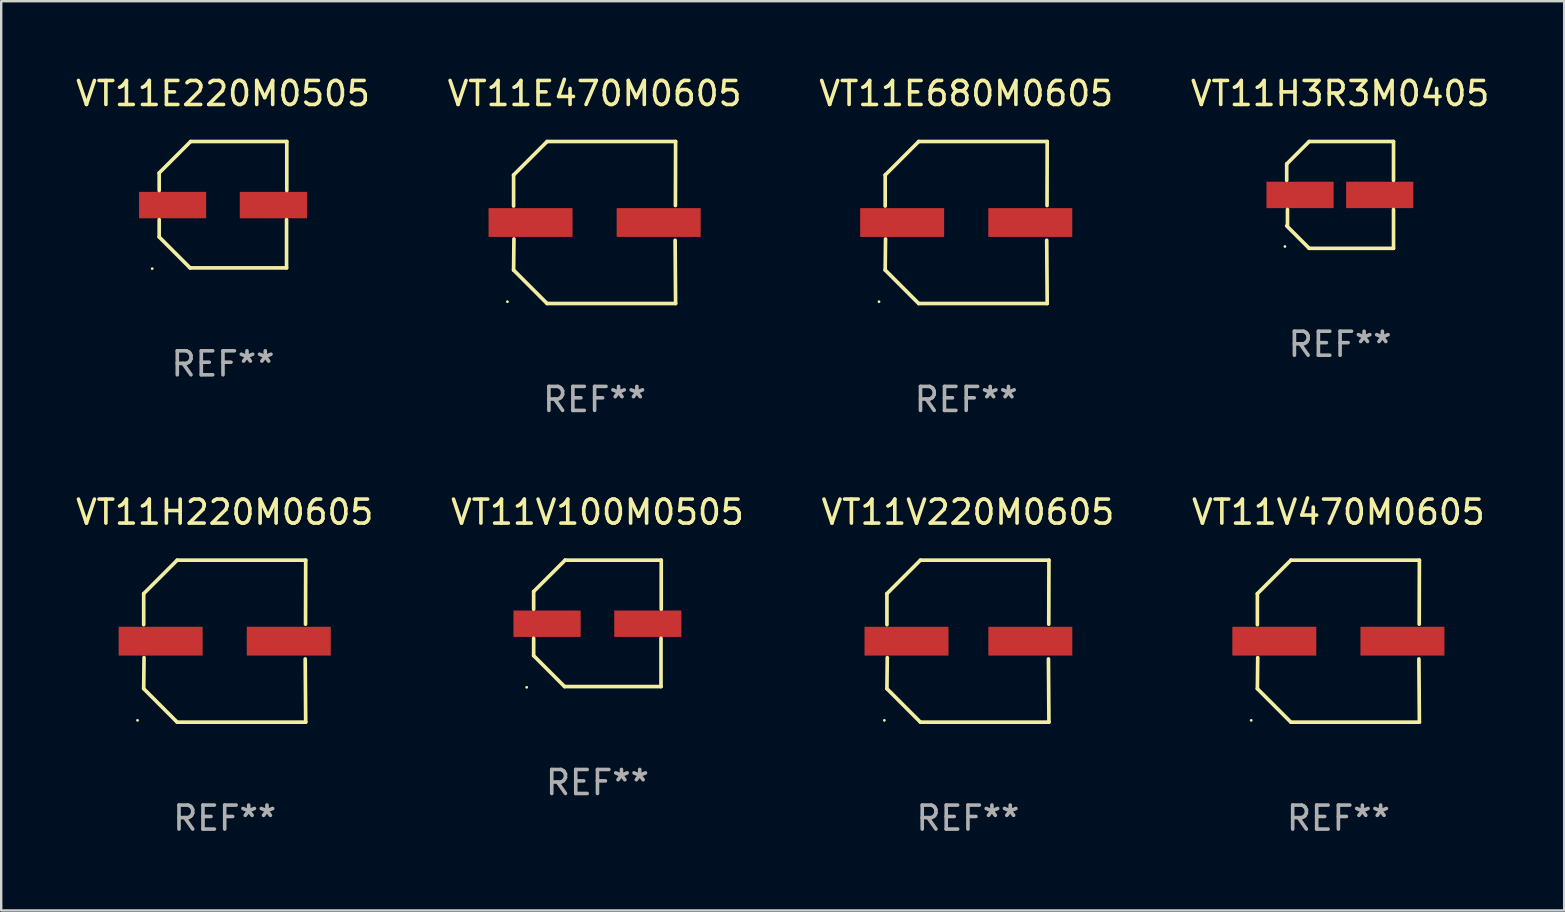
<source format=kicad_pcb>
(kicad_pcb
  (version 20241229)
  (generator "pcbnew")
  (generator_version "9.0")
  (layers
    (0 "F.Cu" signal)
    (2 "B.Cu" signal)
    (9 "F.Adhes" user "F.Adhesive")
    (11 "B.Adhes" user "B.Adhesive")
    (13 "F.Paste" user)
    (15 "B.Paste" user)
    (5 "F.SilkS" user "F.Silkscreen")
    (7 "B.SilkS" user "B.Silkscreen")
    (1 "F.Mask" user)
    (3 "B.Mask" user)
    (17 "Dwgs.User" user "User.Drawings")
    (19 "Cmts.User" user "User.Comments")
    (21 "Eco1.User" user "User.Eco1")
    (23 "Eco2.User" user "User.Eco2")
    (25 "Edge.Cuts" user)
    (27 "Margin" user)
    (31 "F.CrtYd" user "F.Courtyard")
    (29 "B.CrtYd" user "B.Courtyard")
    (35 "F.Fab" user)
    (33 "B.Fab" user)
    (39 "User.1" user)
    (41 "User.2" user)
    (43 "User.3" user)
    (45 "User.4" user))
  (footprint "VT11E680M0605"
    (layer "F.Cu")
    (at 37.22 6.224)
    (property "Reference" "VT11E680M0605" (at 0 -5.376 0) (layer "F.SilkS") (effects (font (size 1 1) (thickness 0.15))))
    (attr through_hole)
    (fp_line (start -3.376 -1.98) (end -3.376 -0.686) (stroke (width 0.152) (type solid)) (layer "F.SilkS"))
    (fp_line (start -3.376 1.981) (end -3.362 0.686) (stroke (width 0.152) (type solid)) (layer "F.SilkS"))
    (fp_line (start -1.981 3.376) (end -3.376 1.981) (stroke (width 0.152) (type solid)) (layer "F.SilkS"))
    (fp_line (start -1.98 -3.376) (end -3.376 -1.98) (stroke (width 0.152) (type solid)) (layer "F.SilkS"))
    (fp_line (start 3.356 0.74) (end 3.376 3.376) (stroke (width 0.152) (type solid)) (layer "F.SilkS"))
    (fp_line (start 3.369 -0.707) (end 3.376 -3.376) (stroke (width 0.152) (type solid)) (layer "F.SilkS"))
    (fp_line (start 3.376 3.376) (end -1.981 3.376) (stroke (width 0.152) (type solid)) (layer "F.SilkS"))
    (fp_line (start 3.376 -3.376) (end -1.98 -3.376) (stroke (width 0.152) (type solid)) (layer "F.SilkS"))
    (fp_circle (center -3.634 3.3) (end -3.604 3.3) (stroke (width 0.06) (type solid)) (fill no) (layer "F.SilkS"))
    (fp_text user "REF**" (at 0 7.376 0) (layer "F.Fab") (effects (font (size 1 1) (thickness 0.15))))
    (pad "1" smd rect (at -2.67 0.000254) (size 3.5 1.2) (layers "F.Cu" "F.Mask" "F.Paste"))
    (pad "2" smd rect (at 2.67 0.000254) (size 3.5 1.2) (layers "F.Cu" "F.Mask" "F.Paste")))
  (footprint "VT11V100M0505"
    (layer "F.Cu")
    (at 21.851 22.931)
    (property "Reference" "VT11V100M0505" (at 0 -4.634 0) (layer "F.SilkS") (effects (font (size 1 1) (thickness 0.15))))
    (attr through_hole)
    (fp_line (start -2.659 -1.326) (end -2.659 -0.592) (stroke (width 0.152) (type solid)) (layer "F.SilkS"))
    (fp_line (start -2.659 1.346) (end -2.659 0.622) (stroke (width 0.152) (type solid)) (layer "F.SilkS"))
    (fp_line (start -1.372 2.634) (end -2.659 1.346) (stroke (width 0.152) (type solid)) (layer "F.SilkS"))
    (fp_line (start -1.349 -2.634) (end -2.659 -1.326) (stroke (width 0.152) (type solid)) (layer "F.SilkS"))
    (fp_line (start 2.649 0.622) (end 2.649 2.634) (stroke (width 0.152) (type solid)) (layer "F.SilkS"))
    (fp_line (start 2.649 2.634) (end -1.372 2.634) (stroke (width 0.152) (type solid)) (layer "F.SilkS"))
    (fp_line (start 2.659 -2.634) (end -1.349 -2.634) (stroke (width 0.152) (type solid)) (layer "F.SilkS"))
    (fp_line (start 2.659 -0.592) (end 2.659 -2.634) (stroke (width 0.152) (type solid)) (layer "F.SilkS"))
    (fp_circle (center -2.95 2.665) (end -2.92 2.665) (stroke (width 0.06) (type solid)) (fill no) (layer "F.SilkS"))
    (fp_text user "REF**" (at 0 6.634 0) (layer "F.Fab") (effects (font (size 1 1) (thickness 0.15))))
    (pad "1" smd rect (at -2.1 0.015) (size 2.8 1.1) (layers "F.Cu" "F.Mask" "F.Paste"))
    (pad "2" smd rect (at 2.1 0.015) (size 2.8 1.1) (layers "F.Cu" "F.Mask" "F.Paste")))
  (footprint "VT11E470M0605"
    (layer "F.Cu")
    (at 21.732 6.224)
    (property "Reference" "VT11E470M0605" (at 0 -5.376 0) (layer "F.SilkS") (effects (font (size 1 1) (thickness 0.15))))
    (attr through_hole)
    (fp_line (start -3.376 -1.98) (end -3.376 -0.686) (stroke (width 0.152) (type solid)) (layer "F.SilkS"))
    (fp_line (start -3.376 1.981) (end -3.362 0.686) (stroke (width 0.152) (type solid)) (layer "F.SilkS"))
    (fp_line (start -1.981 3.376) (end -3.376 1.981) (stroke (width 0.152) (type solid)) (layer "F.SilkS"))
    (fp_line (start -1.98 -3.376) (end -3.376 -1.98) (stroke (width 0.152) (type solid)) (layer "F.SilkS"))
    (fp_line (start 3.356 0.74) (end 3.376 3.376) (stroke (width 0.152) (type solid)) (layer "F.SilkS"))
    (fp_line (start 3.369 -0.707) (end 3.376 -3.376) (stroke (width 0.152) (type solid)) (layer "F.SilkS"))
    (fp_line (start 3.376 3.376) (end -1.981 3.376) (stroke (width 0.152) (type solid)) (layer "F.SilkS"))
    (fp_line (start 3.376 -3.376) (end -1.98 -3.376) (stroke (width 0.152) (type solid)) (layer "F.SilkS"))
    (fp_circle (center -3.634 3.3) (end -3.604 3.3) (stroke (width 0.06) (type solid)) (fill no) (layer "F.SilkS"))
    (fp_text user "REF**" (at 0 7.376 0) (layer "F.Fab") (effects (font (size 1 1) (thickness 0.15))))
    (pad "1" smd rect (at -2.67 0.000254) (size 3.5 1.2) (layers "F.Cu" "F.Mask" "F.Paste"))
    (pad "2" smd rect (at 2.67 0.000254) (size 3.5 1.2) (layers "F.Cu" "F.Mask" "F.Paste")))
  (footprint "VT11H220M0605"
    (layer "F.Cu")
    (at 6.315 23.673)
    (property "Reference" "VT11H220M0605" (at 0 -5.376 0) (layer "F.SilkS") (effects (font (size 1 1) (thickness 0.15))))
    (attr through_hole)
    (fp_line (start -3.376 -1.98) (end -3.376 -0.686) (stroke (width 0.152) (type solid)) (layer "F.SilkS"))
    (fp_line (start -3.376 1.981) (end -3.362 0.686) (stroke (width 0.152) (type solid)) (layer "F.SilkS"))
    (fp_line (start -1.981 3.376) (end -3.376 1.981) (stroke (width 0.152) (type solid)) (layer "F.SilkS"))
    (fp_line (start -1.98 -3.376) (end -3.376 -1.98) (stroke (width 0.152) (type solid)) (layer "F.SilkS"))
    (fp_line (start 3.356 0.74) (end 3.376 3.376) (stroke (width 0.152) (type solid)) (layer "F.SilkS"))
    (fp_line (start 3.369 -0.707) (end 3.376 -3.376) (stroke (width 0.152) (type solid)) (layer "F.SilkS"))
    (fp_line (start 3.376 3.376) (end -1.981 3.376) (stroke (width 0.152) (type solid)) (layer "F.SilkS"))
    (fp_line (start 3.376 -3.376) (end -1.98 -3.376) (stroke (width 0.152) (type solid)) (layer "F.SilkS"))
    (fp_circle (center -3.634 3.3) (end -3.604 3.3) (stroke (width 0.06) (type solid)) (fill no) (layer "F.SilkS"))
    (fp_text user "REF**" (at 0 7.376 0) (layer "F.Fab") (effects (font (size 1 1) (thickness 0.15))))
    (pad "1" smd rect (at -2.67 0.000254) (size 3.5 1.2) (layers "F.Cu" "F.Mask" "F.Paste"))
    (pad "2" smd rect (at 2.67 0.000254) (size 3.5 1.2) (layers "F.Cu" "F.Mask" "F.Paste")))
  (footprint "VT11V470M0605"
    (layer "F.Cu")
    (at 52.732 23.673)
    (property "Reference" "VT11V470M0605" (at 0 -5.376 0) (layer "F.SilkS") (effects (font (size 1 1) (thickness 0.15))))
    (attr through_hole)
    (fp_line (start -3.376 -1.98) (end -3.376 -0.686) (stroke (width 0.152) (type solid)) (layer "F.SilkS"))
    (fp_line (start -3.376 1.981) (end -3.362 0.686) (stroke (width 0.152) (type solid)) (layer "F.SilkS"))
    (fp_line (start -1.981 3.376) (end -3.376 1.981) (stroke (width 0.152) (type solid)) (layer "F.SilkS"))
    (fp_line (start -1.98 -3.376) (end -3.376 -1.98) (stroke (width 0.152) (type solid)) (layer "F.SilkS"))
    (fp_line (start 3.356 0.74) (end 3.376 3.376) (stroke (width 0.152) (type solid)) (layer "F.SilkS"))
    (fp_line (start 3.369 -0.707) (end 3.376 -3.376) (stroke (width 0.152) (type solid)) (layer "F.SilkS"))
    (fp_line (start 3.376 3.376) (end -1.981 3.376) (stroke (width 0.152) (type solid)) (layer "F.SilkS"))
    (fp_line (start 3.376 -3.376) (end -1.98 -3.376) (stroke (width 0.152) (type solid)) (layer "F.SilkS"))
    (fp_circle (center -3.634 3.3) (end -3.604 3.3) (stroke (width 0.06) (type solid)) (fill no) (layer "F.SilkS"))
    (fp_text user "REF**" (at 0 7.376 0) (layer "F.Fab") (effects (font (size 1 1) (thickness 0.15))))
    (pad "1" smd rect (at -2.67 0.000254) (size 3.5 1.2) (layers "F.Cu" "F.Mask" "F.Paste"))
    (pad "2" smd rect (at 2.67 0.000254) (size 3.5 1.2) (layers "F.Cu" "F.Mask" "F.Paste")))
  (footprint "VT11E220M0505"
    (layer "F.Cu")
    (at 6.244 5.482)
    (property "Reference" "VT11E220M0505" (at 0 -4.634 0) (layer "F.SilkS") (effects (font (size 1 1) (thickness 0.15))))
    (attr through_hole)
    (fp_line (start -2.659 -1.326) (end -2.659 -0.592) (stroke (width 0.152) (type solid)) (layer "F.SilkS"))
    (fp_line (start -2.659 1.346) (end -2.659 0.622) (stroke (width 0.152) (type solid)) (layer "F.SilkS"))
    (fp_line (start -1.372 2.634) (end -2.659 1.346) (stroke (width 0.152) (type solid)) (layer "F.SilkS"))
    (fp_line (start -1.349 -2.634) (end -2.659 -1.326) (stroke (width 0.152) (type solid)) (layer "F.SilkS"))
    (fp_line (start 2.649 0.622) (end 2.649 2.634) (stroke (width 0.152) (type solid)) (layer "F.SilkS"))
    (fp_line (start 2.649 2.634) (end -1.372 2.634) (stroke (width 0.152) (type solid)) (layer "F.SilkS"))
    (fp_line (start 2.659 -2.634) (end -1.349 -2.634) (stroke (width 0.152) (type solid)) (layer "F.SilkS"))
    (fp_line (start 2.659 -0.592) (end 2.659 -2.634) (stroke (width 0.152) (type solid)) (layer "F.SilkS"))
    (fp_circle (center -2.95 2.665) (end -2.92 2.665) (stroke (width 0.06) (type solid)) (fill no) (layer "F.SilkS"))
    (fp_text user "REF**" (at 0 6.634 0) (layer "F.Fab") (effects (font (size 1 1) (thickness 0.15))))
    (pad "1" smd rect (at -2.1 0.015) (size 2.8 1.1) (layers "F.Cu" "F.Mask" "F.Paste"))
    (pad "2" smd rect (at 2.1 0.015) (size 2.8 1.1) (layers "F.Cu" "F.Mask" "F.Paste")))
  (footprint "VT11H3R3M0405"
    (layer "F.Cu")
    (at 52.804 5.074)
    (property "Reference" "VT11H3R3M0405" (at 0 -4.226 0) (layer "F.SilkS") (effects (font (size 1 1) (thickness 0.15))))
    (attr through_hole)
    (fp_line (start -2.226 -1.29) (end -2.226 -0.607) (stroke (width 0.152) (type solid)) (layer "F.SilkS"))
    (fp_line (start -2.193 1.29) (end -2.193 0.607) (stroke (width 0.152) (type solid)) (layer "F.SilkS"))
    (fp_line (start -1.29 2.226) (end -2.226 1.29) (stroke (width 0.152) (type solid)) (layer "F.SilkS"))
    (fp_line (start -1.29 -2.226) (end -2.226 -1.29) (stroke (width 0.152) (type solid)) (layer "F.SilkS"))
    (fp_line (start 2.226 -2.226) (end -1.29 -2.226) (stroke (width 0.152) (type solid)) (layer "F.SilkS"))
    (fp_line (start 2.226 -0.607) (end 2.226 -2.226) (stroke (width 0.152) (type solid)) (layer "F.SilkS"))
    (fp_line (start 2.226 0.607) (end 2.226 2.226) (stroke (width 0.152) (type solid)) (layer "F.SilkS"))
    (fp_line (start 2.226 2.226) (end -1.29 2.226) (stroke (width 0.152) (type solid)) (layer "F.SilkS"))
    (fp_circle (center -2.3 2.15) (end -2.27 2.15) (stroke (width 0.06) (type solid)) (fill no) (layer "F.SilkS"))
    (fp_text user "REF**" (at 0 6.226 0) (layer "F.Fab") (effects (font (size 1 1) (thickness 0.15))))
    (pad "1" smd rect (at -1.67 -0.000025) (size 2.8 1.1) (layers "F.Cu" "F.Mask" "F.Paste"))
    (pad "2" smd rect (at 1.651 -0.000025) (size 2.8 1.1) (layers "F.Cu" "F.Mask" "F.Paste")))
  (footprint "VT11V220M0605"
    (layer "F.Cu")
    (at 37.292 23.673)
    (property "Reference" "VT11V220M0605" (at 0 -5.376 0) (layer "F.SilkS") (effects (font (size 1 1) (thickness 0.15))))
    (attr through_hole)
    (fp_line (start -3.376 -1.98) (end -3.376 -0.686) (stroke (width 0.152) (type solid)) (layer "F.SilkS"))
    (fp_line (start -3.376 1.981) (end -3.362 0.686) (stroke (width 0.152) (type solid)) (layer "F.SilkS"))
    (fp_line (start -1.981 3.376) (end -3.376 1.981) (stroke (width 0.152) (type solid)) (layer "F.SilkS"))
    (fp_line (start -1.98 -3.376) (end -3.376 -1.98) (stroke (width 0.152) (type solid)) (layer "F.SilkS"))
    (fp_line (start 3.356 0.74) (end 3.376 3.376) (stroke (width 0.152) (type solid)) (layer "F.SilkS"))
    (fp_line (start 3.369 -0.707) (end 3.376 -3.376) (stroke (width 0.152) (type solid)) (layer "F.SilkS"))
    (fp_line (start 3.376 3.376) (end -1.981 3.376) (stroke (width 0.152) (type solid)) (layer "F.SilkS"))
    (fp_line (start 3.376 -3.376) (end -1.98 -3.376) (stroke (width 0.152) (type solid)) (layer "F.SilkS"))
    (fp_circle (center -3.484 3.3) (end -3.454 3.3) (stroke (width 0.06) (type solid)) (fill no) (layer "F.SilkS"))
    (fp_text user "REF**" (at 0 7.376 0) (layer "F.Fab") (effects (font (size 1 1) (thickness 0.15))))
    (pad "1" smd rect (at -2.56 0.000381) (size 3.5 1.2) (layers "F.Cu" "F.Mask" "F.Paste"))
    (pad "2" smd rect (at 2.6 0.000381) (size 3.5 1.2) (layers "F.Cu" "F.Mask" "F.Paste")))
  (gr_rect
    (start -3 -3)
    (end 62.143 34.897)
    (stroke (width 0.1) (type default))
    (fill no)
    (layer "Edge.Cuts")))
</source>
